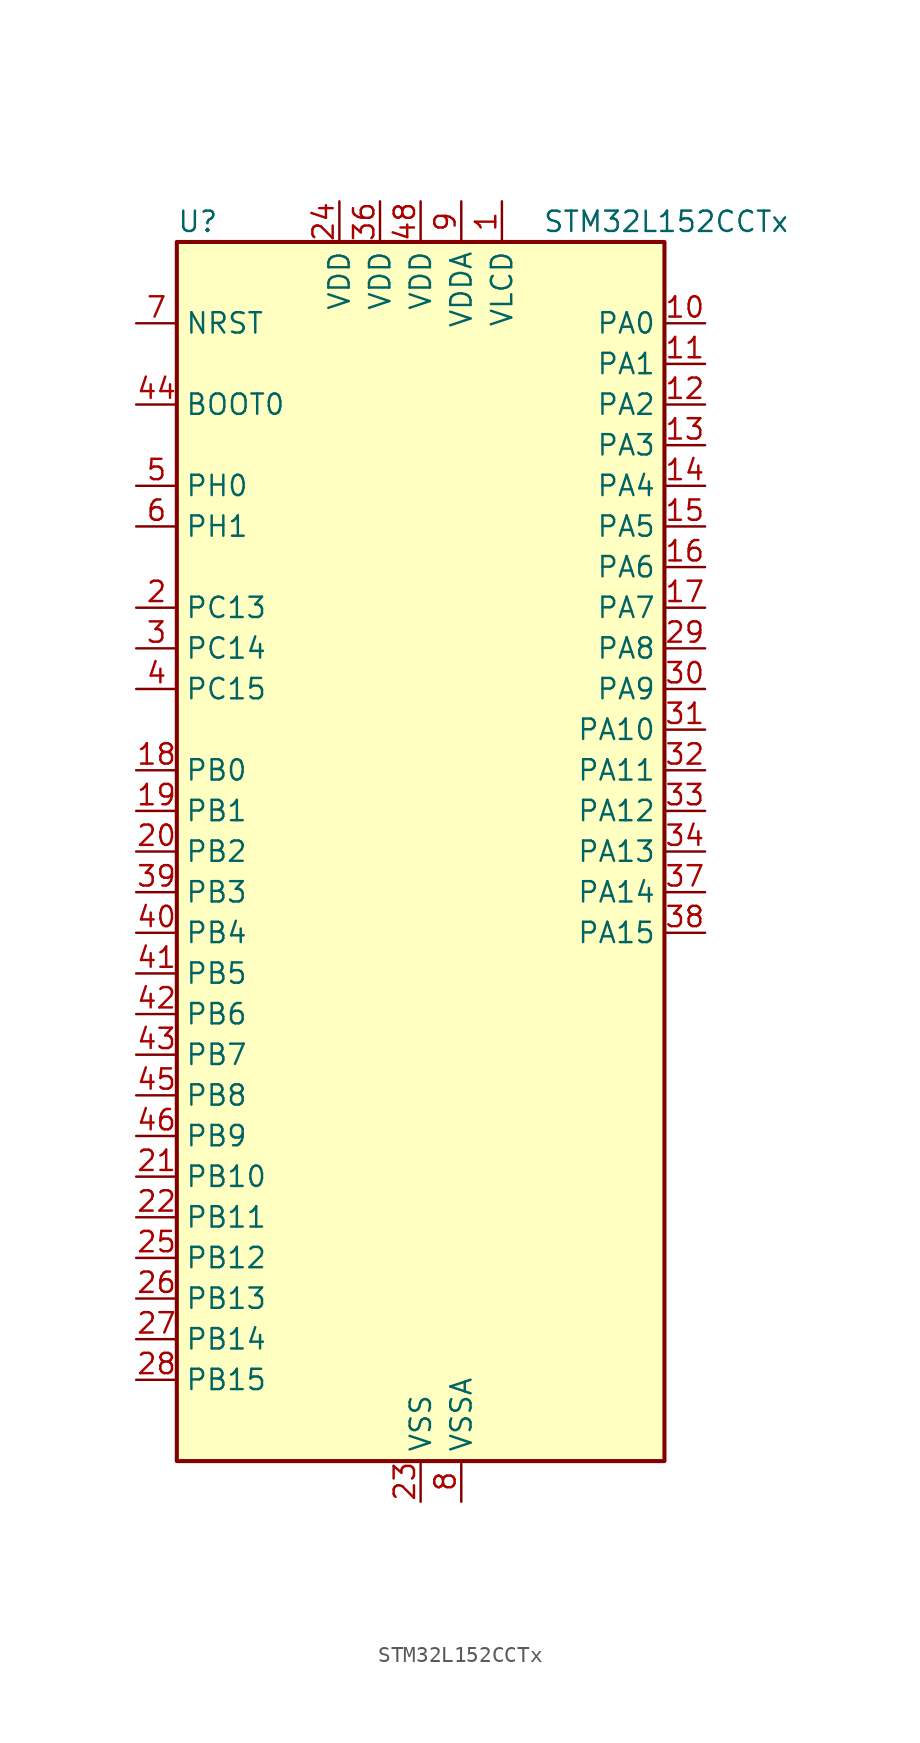
<source format=kicad_sym>
(kicad_symbol_lib
  (version 20241209)
  (generator "kicad_symbol_editor")
  (generator_version "9.0")
  (symbol "STM32L152CCTx"
    (property "Reference" "U"
      (at -15.24 39.37 0)
      (effects (font (size 1.27 1.27)) (justify left)))
    (property "Value" "STM32L152CCTx"
      (at 7.62 39.37 0)
      (effects (font (size 1.27 1.27)) (justify left)))
    (symbol "STM32L152CCTx_0_1"
      (rectangle (start -15.24 -38.1) (end 15.24 38.1) (stroke (width 0.254) (type default)) (fill (type background))))
    (symbol "STM32L152CCTx_1_1"
      (pin input line (at -17.78 33.02 0) (length 2.54) (name "NRST" (effects (font (size 1.27 1.27)))) (number "7" (effects (font (size 1.27 1.27)))))
      (pin input line (at -17.78 27.94 0) (length 2.54) (name "BOOT0" (effects (font (size 1.27 1.27)))) (number "44" (effects (font (size 1.27 1.27)))))
      (pin bidirectional line (at -17.78 22.86 0) (length 2.54) (name "PH0" (effects (font (size 1.27 1.27)))) (number "5" (effects (font (size 1.27 1.27)))) (alternate "RCC_OSC_IN" bidirectional line))
      (pin bidirectional line (at -17.78 20.32 0) (length 2.54) (name "PH1" (effects (font (size 1.27 1.27)))) (number "6" (effects (font (size 1.27 1.27)))) (alternate "RCC_OSC_OUT" bidirectional line))
      (pin bidirectional line (at -17.78 15.24 0) (length 2.54) (name "PC13" (effects (font (size 1.27 1.27)))) (number "2" (effects (font (size 1.27 1.27)))) (alternate "RTC_OUT_ALARM" bidirectional line) (alternate "RTC_OUT_CALIB" bidirectional line) (alternate "RTC_TAMP1" bidirectional line) (alternate "RTC_TS" bidirectional line) (alternate "SYS_WKUP2" bidirectional line) (alternate "TIMX_IC2" bidirectional line))
      (pin bidirectional line (at -17.78 12.7 0) (length 2.54) (name "PC14" (effects (font (size 1.27 1.27)))) (number "3" (effects (font (size 1.27 1.27)))) (alternate "RCC_OSC32_IN" bidirectional line) (alternate "TIMX_IC3" bidirectional line))
      (pin bidirectional line (at -17.78 10.16 0) (length 2.54) (name "PC15" (effects (font (size 1.27 1.27)))) (number "4" (effects (font (size 1.27 1.27)))) (alternate "ADC_EXTI15" bidirectional line) (alternate "RCC_OSC32_OUT" bidirectional line) (alternate "TIMX_IC4" bidirectional line))
      (pin bidirectional line (at -17.78 5.08 0) (length 2.54) (name "PB0" (effects (font (size 1.27 1.27)))) (number "18" (effects (font (size 1.27 1.27)))) (alternate "ADC_IN8" bidirectional line) (alternate "COMP1_INP" bidirectional line) (alternate "LCD_SEG5" bidirectional line) (alternate "OPAMP2_VOUT" bidirectional line) (alternate "SYS_V_REF_OUT" bidirectional line) (alternate "TIM3_CH3" bidirectional line) (alternate "TS_G3_IO1" bidirectional line))
      (pin bidirectional line (at -17.78 2.54 0) (length 2.54) (name "PB1" (effects (font (size 1.27 1.27)))) (number "19" (effects (font (size 1.27 1.27)))) (alternate "ADC_IN9" bidirectional line) (alternate "COMP1_INP" bidirectional line) (alternate "LCD_SEG6" bidirectional line) (alternate "SYS_V_REF_OUT" bidirectional line) (alternate "TIM3_CH4" bidirectional line) (alternate "TS_G3_IO2" bidirectional line))
      (pin bidirectional line (at -17.78 0 0) (length 2.54) (name "PB2" (effects (font (size 1.27 1.27)))) (number "20" (effects (font (size 1.27 1.27)))) (alternate "TS_G3_IO3" bidirectional line))
      (pin bidirectional line (at -17.78 -2.54 0) (length 2.54) (name "PB3" (effects (font (size 1.27 1.27)))) (number "39" (effects (font (size 1.27 1.27)))) (alternate "COMP2_INM" bidirectional line) (alternate "I2S3_CK" bidirectional line) (alternate "LCD_SEG7" bidirectional line) (alternate "SPI1_SCK" bidirectional line) (alternate "SPI3_SCK" bidirectional line) (alternate "SYS_JTDO-TRACESWO" bidirectional line) (alternate "TIM2_CH2" bidirectional line))
      (pin bidirectional line (at -17.78 -5.08 0) (length 2.54) (name "PB4" (effects (font (size 1.27 1.27)))) (number "40" (effects (font (size 1.27 1.27)))) (alternate "COMP2_INP" bidirectional line) (alternate "LCD_SEG8" bidirectional line) (alternate "SPI1_MISO" bidirectional line) (alternate "SPI3_MISO" bidirectional line) (alternate "SYS_JTRST" bidirectional line) (alternate "TIM3_CH1" bidirectional line) (alternate "TS_G6_IO1" bidirectional line))
      (pin bidirectional line (at -17.78 -7.62 0) (length 2.54) (name "PB5" (effects (font (size 1.27 1.27)))) (number "41" (effects (font (size 1.27 1.27)))) (alternate "COMP2_INP" bidirectional line) (alternate "I2C1_SMBA" bidirectional line) (alternate "I2S3_SD" bidirectional line) (alternate "LCD_SEG9" bidirectional line) (alternate "SPI1_MOSI" bidirectional line) (alternate "SPI3_MOSI" bidirectional line) (alternate "TIM3_CH2" bidirectional line) (alternate "TS_G6_IO2" bidirectional line))
      (pin bidirectional line (at -17.78 -10.16 0) (length 2.54) (name "PB6" (effects (font (size 1.27 1.27)))) (number "42" (effects (font (size 1.27 1.27)))) (alternate "COMP2_INP" bidirectional line) (alternate "I2C1_SCL" bidirectional line) (alternate "TIM4_CH1" bidirectional line) (alternate "TS_G6_IO3" bidirectional line) (alternate "USART1_TX" bidirectional line))
      (pin bidirectional line (at -17.78 -12.7 0) (length 2.54) (name "PB7" (effects (font (size 1.27 1.27)))) (number "43" (effects (font (size 1.27 1.27)))) (alternate "COMP2_INP" bidirectional line) (alternate "I2C1_SDA" bidirectional line) (alternate "SYS_PVD_IN" bidirectional line) (alternate "TIM4_CH2" bidirectional line) (alternate "TS_G6_IO4" bidirectional line) (alternate "USART1_RX" bidirectional line))
      (pin bidirectional line (at -17.78 -15.24 0) (length 2.54) (name "PB8" (effects (font (size 1.27 1.27)))) (number "45" (effects (font (size 1.27 1.27)))) (alternate "I2C1_SCL" bidirectional line) (alternate "LCD_SEG16" bidirectional line) (alternate "TIM10_CH1" bidirectional line) (alternate "TIM4_CH3" bidirectional line))
      (pin bidirectional line (at -17.78 -17.78 0) (length 2.54) (name "PB9" (effects (font (size 1.27 1.27)))) (number "46" (effects (font (size 1.27 1.27)))) (alternate "DAC_EXTI9" bidirectional line) (alternate "I2C1_SDA" bidirectional line) (alternate "LCD_COM3" bidirectional line) (alternate "TIM11_CH1" bidirectional line) (alternate "TIM4_CH4" bidirectional line))
      (pin bidirectional line (at -17.78 -20.32 0) (length 2.54) (name "PB10" (effects (font (size 1.27 1.27)))) (number "21" (effects (font (size 1.27 1.27)))) (alternate "I2C2_SCL" bidirectional line) (alternate "LCD_SEG10" bidirectional line) (alternate "TIM2_CH3" bidirectional line) (alternate "USART3_TX" bidirectional line))
      (pin bidirectional line (at -17.78 -22.86 0) (length 2.54) (name "PB11" (effects (font (size 1.27 1.27)))) (number "22" (effects (font (size 1.27 1.27)))) (alternate "ADC_EXTI11" bidirectional line) (alternate "I2C2_SDA" bidirectional line) (alternate "LCD_SEG11" bidirectional line) (alternate "TIM2_CH4" bidirectional line) (alternate "USART3_RX" bidirectional line))
      (pin bidirectional line (at -17.78 -25.4 0) (length 2.54) (name "PB12" (effects (font (size 1.27 1.27)))) (number "25" (effects (font (size 1.27 1.27)))) (alternate "ADC_IN18" bidirectional line) (alternate "COMP1_INP" bidirectional line) (alternate "I2C2_SMBA" bidirectional line) (alternate "I2S2_WS" bidirectional line) (alternate "LCD_SEG12" bidirectional line) (alternate "SPI2_NSS" bidirectional line) (alternate "TIM10_CH1" bidirectional line) (alternate "TS_G7_IO1" bidirectional line) (alternate "USART3_CK" bidirectional line))
      (pin bidirectional line (at -17.78 -27.94 0) (length 2.54) (name "PB13" (effects (font (size 1.27 1.27)))) (number "26" (effects (font (size 1.27 1.27)))) (alternate "ADC_IN19" bidirectional line) (alternate "COMP1_INP" bidirectional line) (alternate "I2S2_CK" bidirectional line) (alternate "LCD_SEG13" bidirectional line) (alternate "SPI2_SCK" bidirectional line) (alternate "TIM9_CH1" bidirectional line) (alternate "TS_G7_IO2" bidirectional line) (alternate "USART3_CTS" bidirectional line))
      (pin bidirectional line (at -17.78 -30.48 0) (length 2.54) (name "PB14" (effects (font (size 1.27 1.27)))) (number "27" (effects (font (size 1.27 1.27)))) (alternate "ADC_IN20" bidirectional line) (alternate "COMP1_INP" bidirectional line) (alternate "LCD_SEG14" bidirectional line) (alternate "SPI2_MISO" bidirectional line) (alternate "TIM9_CH2" bidirectional line) (alternate "TS_G7_IO3" bidirectional line) (alternate "USART3_RTS" bidirectional line))
      (pin bidirectional line (at -17.78 -33.02 0) (length 2.54) (name "PB15" (effects (font (size 1.27 1.27)))) (number "28" (effects (font (size 1.27 1.27)))) (alternate "ADC_EXTI15" bidirectional line) (alternate "ADC_IN21" bidirectional line) (alternate "COMP1_INP" bidirectional line) (alternate "I2S2_SD" bidirectional line) (alternate "LCD_SEG15" bidirectional line) (alternate "RTC_REFIN" bidirectional line) (alternate "SPI2_MOSI" bidirectional line) (alternate "TIM11_CH1" bidirectional line) (alternate "TS_G7_IO4" bidirectional line))
      (pin power_in line (at -5.08 40.64 270) (length 2.54) (name "VDD" (effects (font (size 1.27 1.27)))) (number "24" (effects (font (size 1.27 1.27)))))
      (pin power_in line (at -2.54 40.64 270) (length 2.54) (name "VDD" (effects (font (size 1.27 1.27)))) (number "36" (effects (font (size 1.27 1.27)))))
      (pin power_in line (at 0 40.64 270) (length 2.54) (name "VDD" (effects (font (size 1.27 1.27)))) (number "48" (effects (font (size 1.27 1.27)))))
      (pin power_in line (at 0 -40.64 90) (length 2.54) (name "VSS" (effects (font (size 1.27 1.27)))) (number "23" (effects (font (size 1.27 1.27)))))
      (pin passive line (at 0 -40.64 90) (length 2.54) (hide yes) (name "VSS" (effects (font (size 1.27 1.27)))) (number "35" (effects (font (size 1.27 1.27)))))
      (pin passive line (at 0 -40.64 90) (length 2.54) (hide yes) (name "VSS" (effects (font (size 1.27 1.27)))) (number "47" (effects (font (size 1.27 1.27)))))
      (pin power_in line (at 2.54 40.64 270) (length 2.54) (name "VDDA" (effects (font (size 1.27 1.27)))) (number "9" (effects (font (size 1.27 1.27)))))
      (pin power_in line (at 2.54 -40.64 90) (length 2.54) (name "VSSA" (effects (font (size 1.27 1.27)))) (number "8" (effects (font (size 1.27 1.27)))))
      (pin power_in line (at 5.08 40.64 270) (length 2.54) (name "VLCD" (effects (font (size 1.27 1.27)))) (number "1" (effects (font (size 1.27 1.27)))))
      (pin bidirectional line (at 17.78 33.02 180) (length 2.54) (name "PA0" (effects (font (size 1.27 1.27)))) (number "10" (effects (font (size 1.27 1.27)))) (alternate "ADC_IN0" bidirectional line) (alternate "COMP1_INP" bidirectional line) (alternate "RTC_TAMP2" bidirectional line) (alternate "SYS_WKUP1" bidirectional line) (alternate "TIM2_CH1" bidirectional line) (alternate "TIM2_ETR" bidirectional line) (alternate "TIM5_CH1" bidirectional line) (alternate "TIMX_IC1" bidirectional line) (alternate "TS_G1_IO1" bidirectional line) (alternate "USART2_CTS" bidirectional line))
      (pin bidirectional line (at 17.78 30.48 180) (length 2.54) (name "PA1" (effects (font (size 1.27 1.27)))) (number "11" (effects (font (size 1.27 1.27)))) (alternate "ADC_IN1" bidirectional line) (alternate "COMP1_INP" bidirectional line) (alternate "LCD_SEG0" bidirectional line) (alternate "OPAMP1_VINP" bidirectional line) (alternate "TIM2_CH2" bidirectional line) (alternate "TIM5_CH2" bidirectional line) (alternate "TIMX_IC2" bidirectional line) (alternate "TS_G1_IO2" bidirectional line) (alternate "USART2_RTS" bidirectional line))
      (pin bidirectional line (at 17.78 27.94 180) (length 2.54) (name "PA2" (effects (font (size 1.27 1.27)))) (number "12" (effects (font (size 1.27 1.27)))) (alternate "ADC_IN2" bidirectional line) (alternate "COMP1_INP" bidirectional line) (alternate "LCD_SEG1" bidirectional line) (alternate "OPAMP1_VINM" bidirectional line) (alternate "TIM2_CH3" bidirectional line) (alternate "TIM5_CH3" bidirectional line) (alternate "TIM9_CH1" bidirectional line) (alternate "TIMX_IC3" bidirectional line) (alternate "TS_G1_IO3" bidirectional line) (alternate "USART2_TX" bidirectional line))
      (pin bidirectional line (at 17.78 25.4 180) (length 2.54) (name "PA3" (effects (font (size 1.27 1.27)))) (number "13" (effects (font (size 1.27 1.27)))) (alternate "ADC_IN3" bidirectional line) (alternate "COMP1_INP" bidirectional line) (alternate "LCD_SEG2" bidirectional line) (alternate "OPAMP1_VOUT" bidirectional line) (alternate "TIM2_CH4" bidirectional line) (alternate "TIM5_CH4" bidirectional line) (alternate "TIM9_CH2" bidirectional line) (alternate "TIMX_IC4" bidirectional line) (alternate "TS_G1_IO4" bidirectional line) (alternate "USART2_RX" bidirectional line))
      (pin bidirectional line (at 17.78 22.86 180) (length 2.54) (name "PA4" (effects (font (size 1.27 1.27)))) (number "14" (effects (font (size 1.27 1.27)))) (alternate "ADC_IN4" bidirectional line) (alternate "COMP1_INP" bidirectional line) (alternate "DAC_OUT1" bidirectional line) (alternate "I2S3_WS" bidirectional line) (alternate "SPI1_NSS" bidirectional line) (alternate "SPI3_NSS" bidirectional line) (alternate "TIMX_IC1" bidirectional line) (alternate "USART2_CK" bidirectional line))
      (pin bidirectional line (at 17.78 20.32 180) (length 2.54) (name "PA5" (effects (font (size 1.27 1.27)))) (number "15" (effects (font (size 1.27 1.27)))) (alternate "ADC_IN5" bidirectional line) (alternate "COMP1_INP" bidirectional line) (alternate "DAC_OUT2" bidirectional line) (alternate "SPI1_SCK" bidirectional line) (alternate "TIM2_CH1" bidirectional line) (alternate "TIM2_ETR" bidirectional line) (alternate "TIMX_IC2" bidirectional line))
      (pin bidirectional line (at 17.78 17.78 180) (length 2.54) (name "PA6" (effects (font (size 1.27 1.27)))) (number "16" (effects (font (size 1.27 1.27)))) (alternate "ADC_IN6" bidirectional line) (alternate "COMP1_INP" bidirectional line) (alternate "LCD_SEG3" bidirectional line) (alternate "OPAMP2_VINP" bidirectional line) (alternate "SPI1_MISO" bidirectional line) (alternate "TIM10_CH1" bidirectional line) (alternate "TIM3_CH1" bidirectional line) (alternate "TIMX_IC3" bidirectional line) (alternate "TS_G2_IO1" bidirectional line))
      (pin bidirectional line (at 17.78 15.24 180) (length 2.54) (name "PA7" (effects (font (size 1.27 1.27)))) (number "17" (effects (font (size 1.27 1.27)))) (alternate "ADC_IN7" bidirectional line) (alternate "COMP1_INP" bidirectional line) (alternate "LCD_SEG4" bidirectional line) (alternate "OPAMP2_VINM" bidirectional line) (alternate "SPI1_MOSI" bidirectional line) (alternate "TIM11_CH1" bidirectional line) (alternate "TIM3_CH2" bidirectional line) (alternate "TIMX_IC4" bidirectional line) (alternate "TS_G2_IO2" bidirectional line))
      (pin bidirectional line (at 17.78 12.7 180) (length 2.54) (name "PA8" (effects (font (size 1.27 1.27)))) (number "29" (effects (font (size 1.27 1.27)))) (alternate "LCD_COM0" bidirectional line) (alternate "RCC_MCO" bidirectional line) (alternate "TIMX_IC1" bidirectional line) (alternate "TS_G4_IO1" bidirectional line) (alternate "USART1_CK" bidirectional line))
      (pin bidirectional line (at 17.78 10.16 180) (length 2.54) (name "PA9" (effects (font (size 1.27 1.27)))) (number "30" (effects (font (size 1.27 1.27)))) (alternate "DAC_EXTI9" bidirectional line) (alternate "LCD_COM1" bidirectional line) (alternate "TIMX_IC2" bidirectional line) (alternate "TS_G4_IO2" bidirectional line) (alternate "USART1_TX" bidirectional line))
      (pin bidirectional line (at 17.78 7.62 180) (length 2.54) (name "PA10" (effects (font (size 1.27 1.27)))) (number "31" (effects (font (size 1.27 1.27)))) (alternate "LCD_COM2" bidirectional line) (alternate "TIMX_IC3" bidirectional line) (alternate "TS_G4_IO3" bidirectional line) (alternate "USART1_RX" bidirectional line))
      (pin bidirectional line (at 17.78 5.08 180) (length 2.54) (name "PA11" (effects (font (size 1.27 1.27)))) (number "32" (effects (font (size 1.27 1.27)))) (alternate "ADC_EXTI11" bidirectional line) (alternate "SPI1_MISO" bidirectional line) (alternate "TIMX_IC4" bidirectional line) (alternate "USART1_CTS" bidirectional line) (alternate "USB_DM" bidirectional line))
      (pin bidirectional line (at 17.78 2.54 180) (length 2.54) (name "PA12" (effects (font (size 1.27 1.27)))) (number "33" (effects (font (size 1.27 1.27)))) (alternate "SPI1_MOSI" bidirectional line) (alternate "TIMX_IC1" bidirectional line) (alternate "USART1_RTS" bidirectional line) (alternate "USB_DP" bidirectional line))
      (pin bidirectional line (at 17.78 0 180) (length 2.54) (name "PA13" (effects (font (size 1.27 1.27)))) (number "34" (effects (font (size 1.27 1.27)))) (alternate "SYS_JTMS-SWDIO" bidirectional line) (alternate "TIMX_IC2" bidirectional line) (alternate "TS_G5_IO1" bidirectional line))
      (pin bidirectional line (at 17.78 -2.54 180) (length 2.54) (name "PA14" (effects (font (size 1.27 1.27)))) (number "37" (effects (font (size 1.27 1.27)))) (alternate "SYS_JTCK-SWCLK" bidirectional line) (alternate "TIMX_IC3" bidirectional line) (alternate "TS_G5_IO2" bidirectional line))
      (pin bidirectional line (at 17.78 -5.08 180) (length 2.54) (name "PA15" (effects (font (size 1.27 1.27)))) (number "38" (effects (font (size 1.27 1.27)))) (alternate "ADC_EXTI15" bidirectional line) (alternate "I2S3_WS" bidirectional line) (alternate "LCD_SEG17" bidirectional line) (alternate "SPI1_NSS" bidirectional line) (alternate "SPI3_NSS" bidirectional line) (alternate "SYS_JTDI" bidirectional line) (alternate "TIM2_CH1" bidirectional line) (alternate "TIM2_ETR" bidirectional line) (alternate "TIMX_IC4" bidirectional line) (alternate "TS_G5_IO3" bidirectional line)))))
</source>
